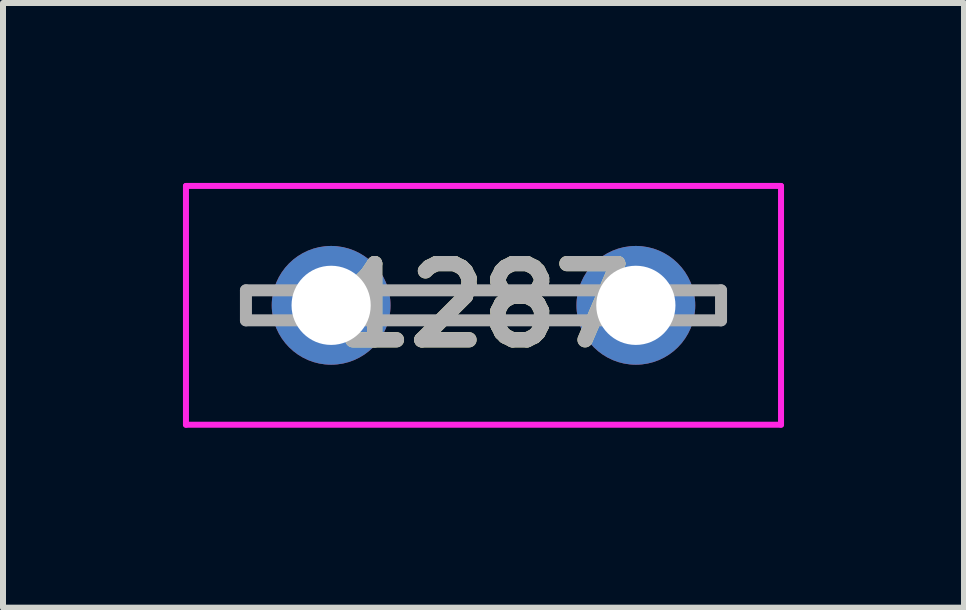
<source format=kicad_pcb>
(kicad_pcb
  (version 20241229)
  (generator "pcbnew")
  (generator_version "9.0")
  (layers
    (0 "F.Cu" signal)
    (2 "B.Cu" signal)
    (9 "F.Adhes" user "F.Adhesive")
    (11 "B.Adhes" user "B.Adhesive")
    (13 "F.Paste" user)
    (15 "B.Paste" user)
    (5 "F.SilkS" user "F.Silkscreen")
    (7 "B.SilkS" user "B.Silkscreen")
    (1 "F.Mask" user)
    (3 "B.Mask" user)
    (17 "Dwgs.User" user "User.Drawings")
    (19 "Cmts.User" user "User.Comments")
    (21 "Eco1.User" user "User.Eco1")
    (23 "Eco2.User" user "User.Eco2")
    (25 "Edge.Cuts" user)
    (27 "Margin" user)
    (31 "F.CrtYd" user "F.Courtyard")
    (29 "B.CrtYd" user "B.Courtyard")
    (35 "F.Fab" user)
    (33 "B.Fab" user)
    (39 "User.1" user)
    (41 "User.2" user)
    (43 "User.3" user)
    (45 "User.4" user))
  (footprint "1287"
    (layer "F.Cu")
    (at 5.01 2.04)
    (property "Reference" "1287" (at 0 0 0) (layer "F.SilkS") (effects (font (size 1.27 1.27) (thickness 0.254))))
    (attr through_hole)
    (fp_line (start -3.96 -0.25) (end -3.96 0.25) (stroke (width 0.1) (type solid)) (layer "F.SilkS"))
    (fp_line (start -3.96 0.25) (end -3.6 0.25) (stroke (width 0.1) (type solid)) (layer "F.SilkS"))
    (fp_line (start -3.6 -0.25) (end -3.96 -0.25) (stroke (width 0.1) (type solid)) (layer "F.SilkS"))
    (fp_line (start -1.4 -0.25) (end 1.4 -0.25) (stroke (width 0.1) (type solid)) (layer "F.SilkS"))
    (fp_line (start -1.4 0.25) (end 1.4 0.25) (stroke (width 0.1) (type solid)) (layer "F.SilkS"))
    (fp_line (start 3.6 0.25) (end 3.96 0.25) (stroke (width 0.1) (type solid)) (layer "F.SilkS"))
    (fp_line (start 3.96 -0.25) (end 3.6 -0.25) (stroke (width 0.1) (type solid)) (layer "F.SilkS"))
    (fp_line (start 3.96 -0.2) (end 3.96 -0.25) (stroke (width 0.1) (type solid)) (layer "F.SilkS"))
    (fp_line (start 3.96 0.25) (end 3.96 -0.2) (stroke (width 0.1) (type solid)) (layer "F.SilkS"))
    (fp_line (start -4.96 -1.99) (end 4.96 -1.99) (stroke (width 0.1) (type solid)) (layer "F.CrtYd"))
    (fp_line (start -4.96 1.99) (end -4.96 -1.99) (stroke (width 0.1) (type solid)) (layer "F.CrtYd"))
    (fp_line (start 4.96 -1.99) (end 4.96 1.99) (stroke (width 0.1) (type solid)) (layer "F.CrtYd"))
    (fp_line (start 4.96 1.99) (end -4.96 1.99) (stroke (width 0.1) (type solid)) (layer "F.CrtYd"))
    (fp_line (start -3.96 -0.25) (end 3.96 -0.25) (stroke (width 0.2) (type solid)) (layer "F.Fab"))
    (fp_line (start -3.96 0.25) (end -3.96 -0.25) (stroke (width 0.2) (type solid)) (layer "F.Fab"))
    (fp_line (start 3.96 -0.25) (end 3.96 0.25) (stroke (width 0.2) (type solid)) (layer "F.Fab"))
    (fp_line (start 3.96 0.25) (end -3.96 0.25) (stroke (width 0.2) (type solid)) (layer "F.Fab"))
    (fp_text user "${REFERENCE}" (at 0 0 0) (layer "F.Fab") (effects (font (size 1.27 1.27) (thickness 0.254))))
    (pad "1" thru_hole circle (at -2.54 0) (size 1.98 1.98) (drill 1.32) (layers "*.Cu" "*.Mask"))
    (pad "2" thru_hole circle (at 2.54 0) (size 1.98 1.98) (drill 1.32) (layers "*.Cu" "*.Mask")))
  (gr_rect
    (start -3 -3)
    (end 13.02 7.08)
    (stroke (width 0.1) (type default))
    (fill no)
    (layer "Edge.Cuts")))
</source>
